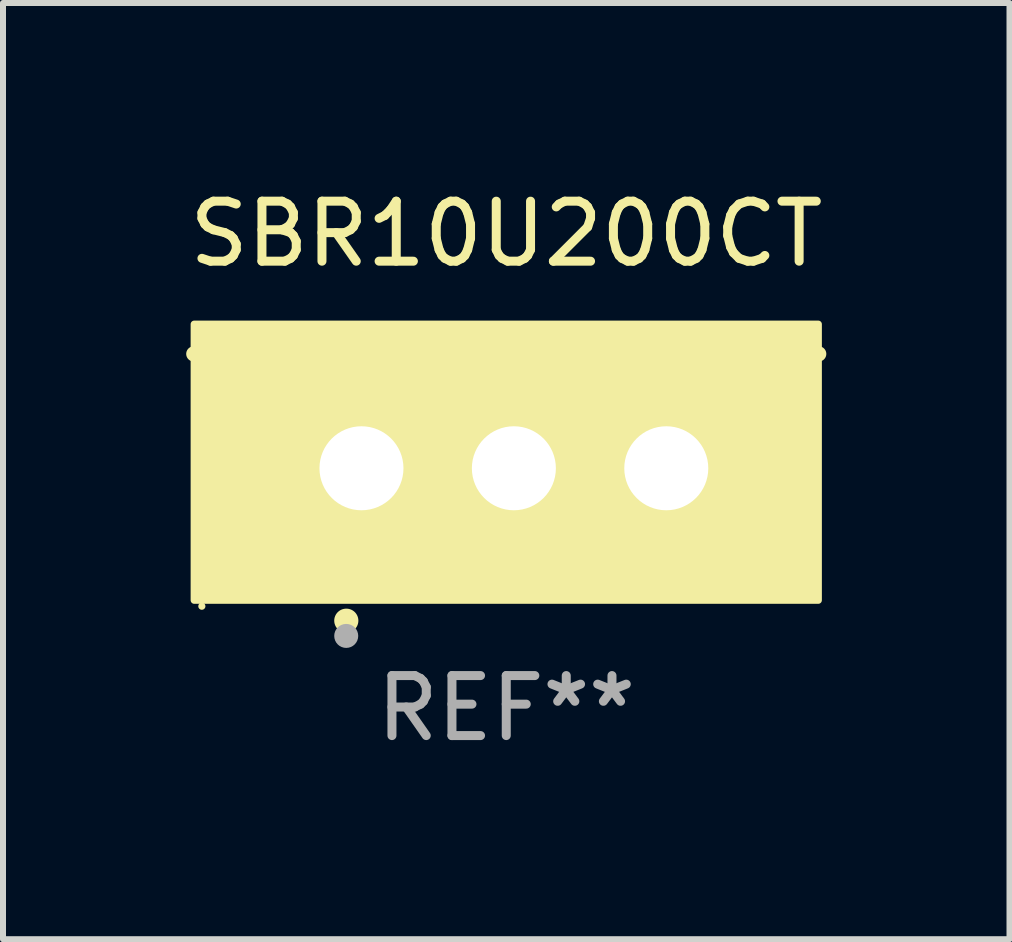
<source format=kicad_pcb>
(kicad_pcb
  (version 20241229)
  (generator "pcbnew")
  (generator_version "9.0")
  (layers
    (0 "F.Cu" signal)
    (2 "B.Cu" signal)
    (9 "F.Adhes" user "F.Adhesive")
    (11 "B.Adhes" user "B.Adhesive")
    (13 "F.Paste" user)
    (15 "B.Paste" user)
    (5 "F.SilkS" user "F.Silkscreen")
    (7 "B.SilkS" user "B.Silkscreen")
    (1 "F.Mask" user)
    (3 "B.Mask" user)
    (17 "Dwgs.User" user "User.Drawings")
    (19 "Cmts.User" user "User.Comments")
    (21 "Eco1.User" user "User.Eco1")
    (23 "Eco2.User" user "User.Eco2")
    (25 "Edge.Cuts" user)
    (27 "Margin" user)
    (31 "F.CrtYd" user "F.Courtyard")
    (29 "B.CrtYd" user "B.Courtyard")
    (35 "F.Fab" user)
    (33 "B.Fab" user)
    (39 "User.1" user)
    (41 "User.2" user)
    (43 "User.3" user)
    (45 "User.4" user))
  (footprint "SBR10U200CT"
    (layer "F.Cu")
    (at 5.387 3.801)
    (property "Reference" "SBR10U200CT" (at 0 -2.953 0) (layer "F.SilkS") (effects (font (size 1 1) (thickness 0.15))))
    (attr through_hole)
    (fp_line (start 5.207 -0.953) (end -5.207 -0.953) (stroke (width 0.254) (type solid)) (layer "F.SilkS"))
    (fp_arc (start -2.66698 3.49252) (mid -2.66571 3.492516) (end -2.66444 3.49252) (stroke (width 0.4) (type solid)) (layer "F.SilkS"))
    (fp_circle (center -5.073 3.252) (end -5.043 3.252) (stroke (width 0.06) (type solid)) (fill no) (layer "F.SilkS"))
    (fp_poly (pts (xy -5.2 -1.448) (xy 5.2 -1.448) (xy 5.2 3.152) (xy -5.2 3.152)) (stroke (width 0.12) (type solid)) (fill yes) (layer "F.SilkS"))
    (fp_circle (center -2.667 3.747) (end -2.567 3.747) (stroke (width 0.2) (type solid)) (fill no) (layer "F.Fab"))
    (fp_text user "REF**" (at 0 4.953 0) (layer "F.Fab") (effects (font (size 1 1) (thickness 0.15))))
    (pad "1" thru_hole rect (at -2.413 0.953) (size 2 2.5) (drill 1.4) (layers "*.Cu" "*.Mask"))
    (pad "2" thru_hole oval (at 0.127 0.953) (size 2 2.5) (drill 1.4) (layers "*.Cu" "*.Mask"))
    (pad "3" thru_hole oval (at 2.667 0.953) (size 2 2.5) (drill 1.4) (layers "*.Cu" "*.Mask")))
  (gr_rect
    (start -3 -3)
    (end 13.774 12.602)
    (stroke (width 0.1) (type default))
    (fill no)
    (layer "Edge.Cuts")))
</source>
